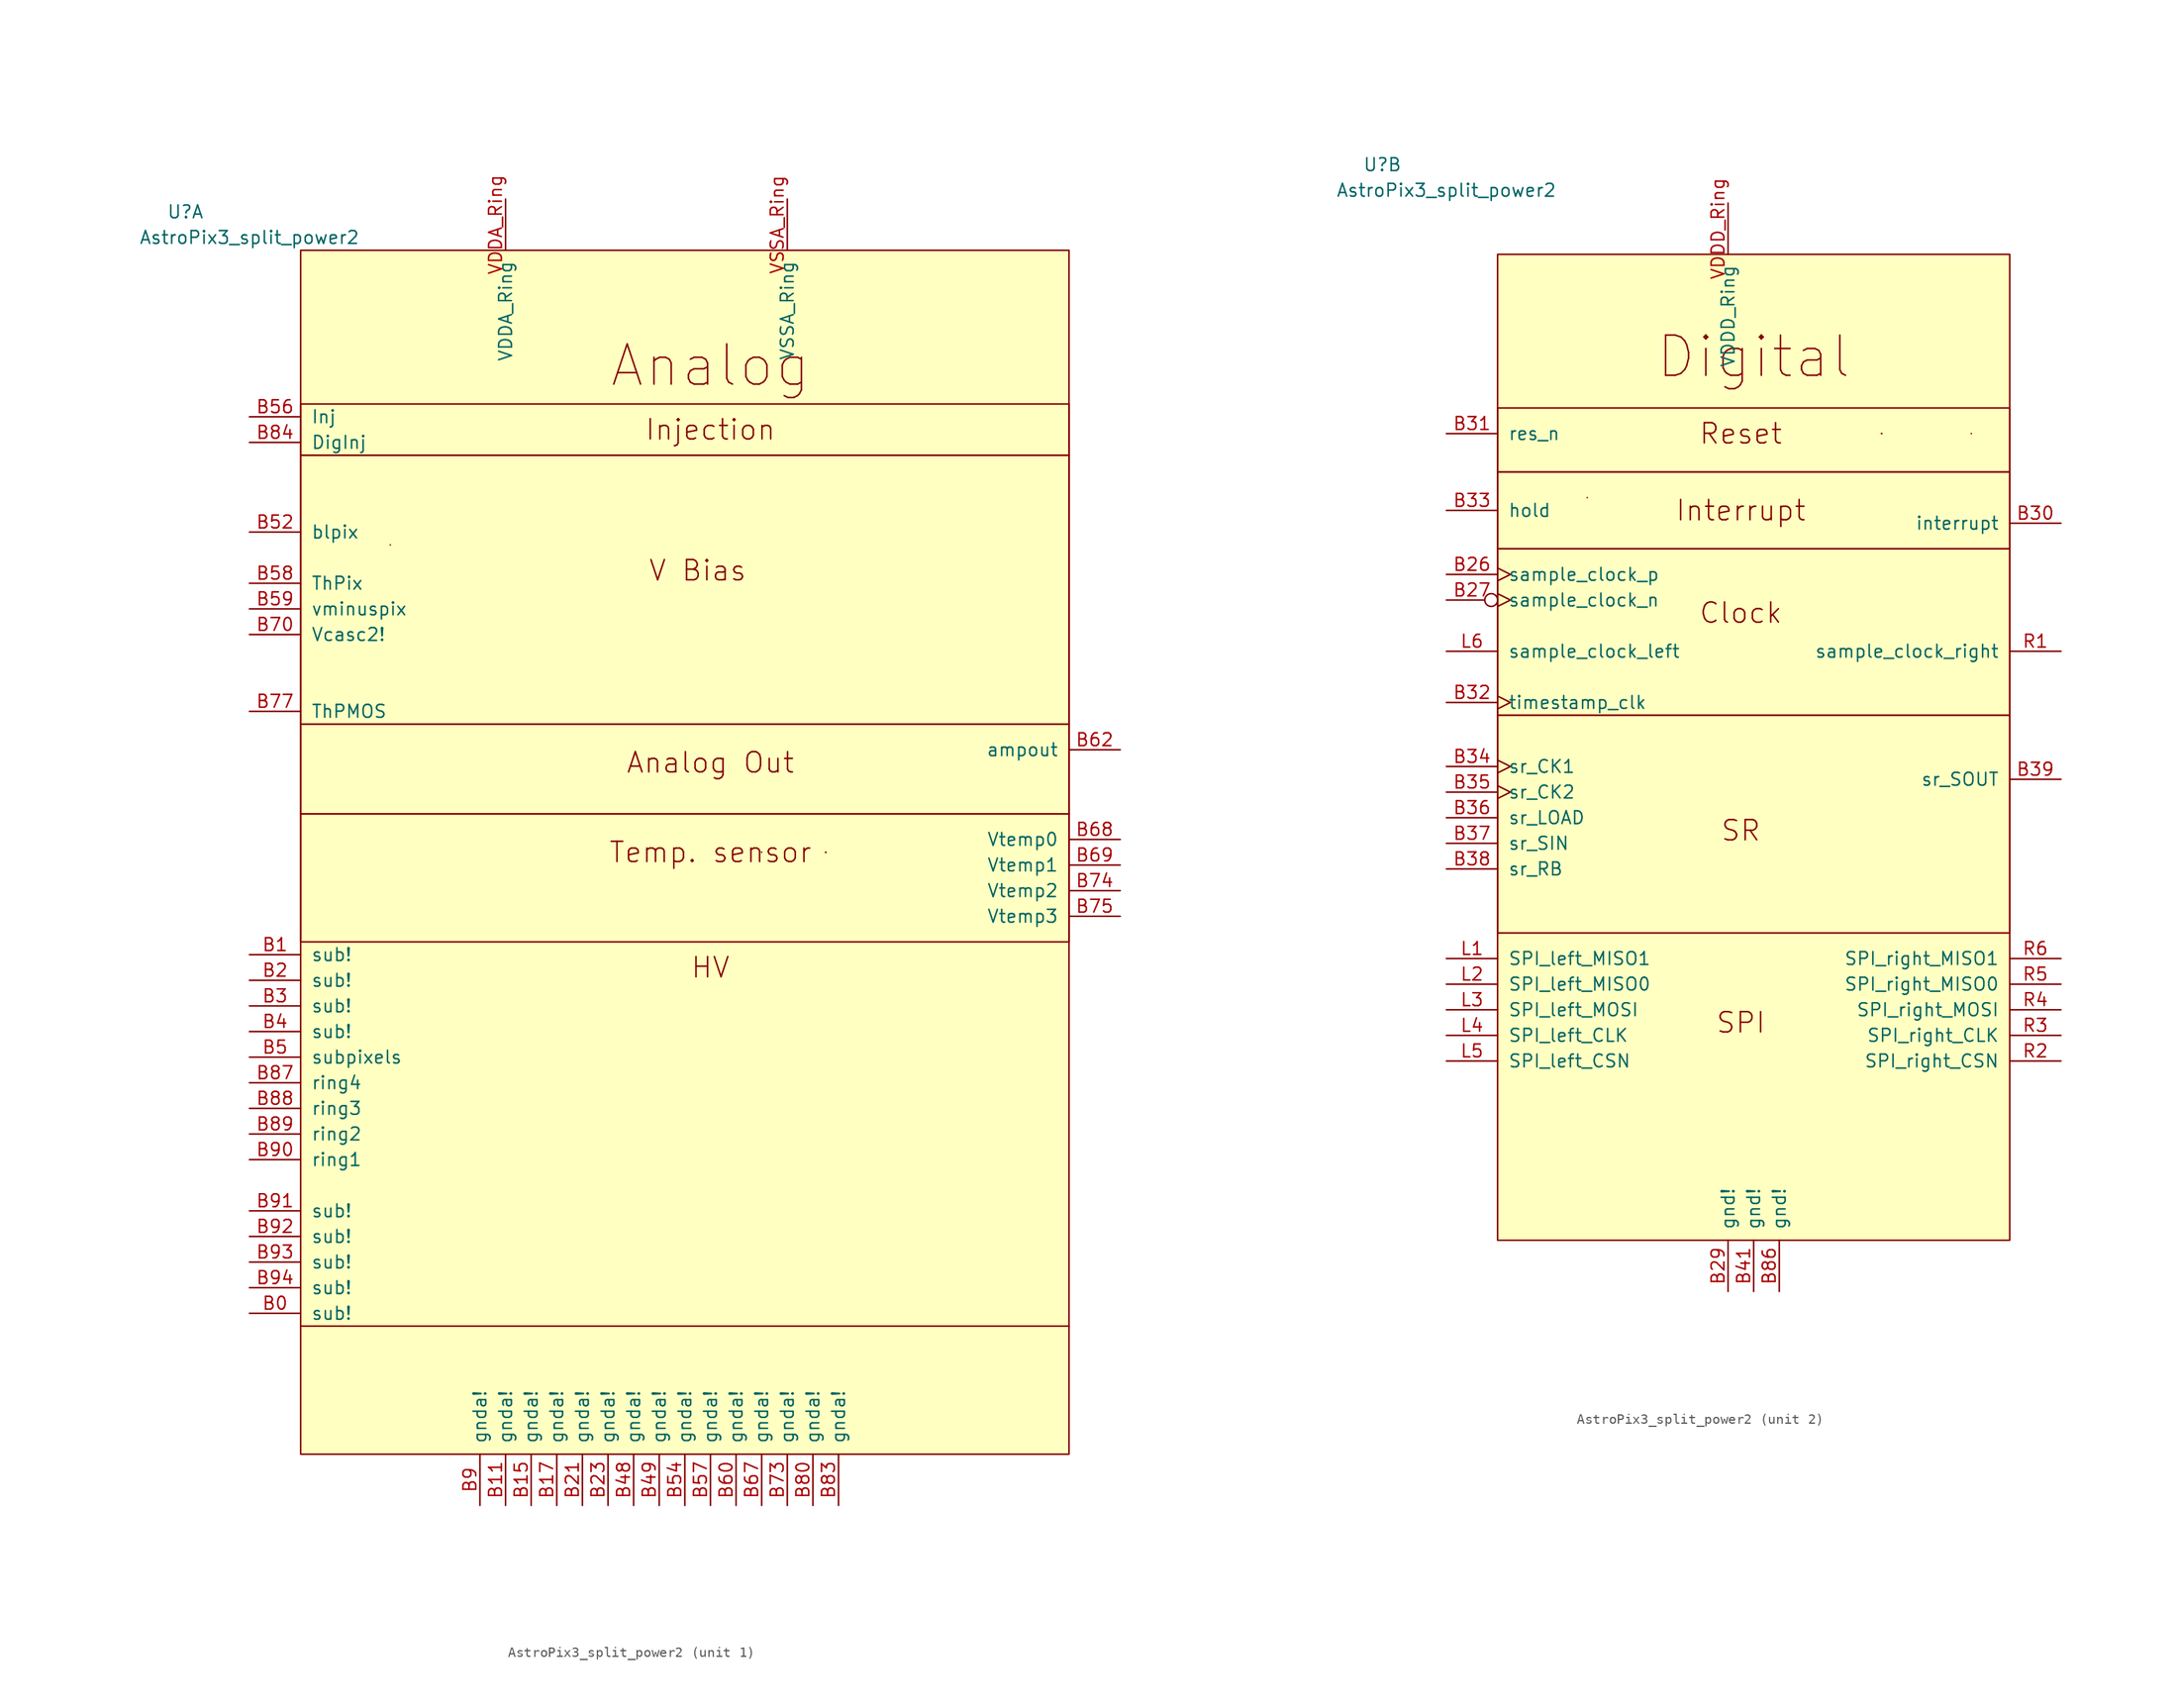
<source format=kicad_sym>
(kicad_symbol_lib
  (version 20231120)
  (generator "kicad_symbol_editor")
  (generator_version "8.0")
  (symbol "AstroPix3_split_power2"
    (pin_names
      (offset 1.016))
    (property "Reference" "U"
      (at -36.83 40.64 0)
      (effects (font (size 1.27 1.27))))
    (property "Value" "AstroPix3_split_power2"
      (at -30.48 38.1 0)
      (effects (font (size 1.27 1.27))))
    (property "ki_locked" ""
      (at 0 0 0)
      (effects (font (size 1.27 1.27))))
    (symbol "AstroPix3_split_power2_0_1"
      (polyline (pts (xy -16.51 7.62) (xy -16.51 7.62)) (stroke (width 0) (type default)) (fill (type none))))
    (symbol "AstroPix3_split_power2_1_1"
      (rectangle (start -25.4 -19.05) (end 50.8 -31.75) (stroke (width 0) (type default)) (fill (type none)))
      (rectangle (start -25.4 -10.16) (end 50.8 -19.05) (stroke (width 0) (type default)) (fill (type none)))
      (rectangle (start -25.4 16.51) (end 50.8 -10.16) (stroke (width 0) (type default)) (fill (type none)))
      (rectangle (start -25.4 21.59) (end 50.8 16.51) (stroke (width 0) (type default)) (fill (type none)))
      (rectangle (start -25.4 36.83) (end 50.8 -82.55) (stroke (width 0) (type default)) (fill (type background)))
      (polyline (pts (xy -25.4 -69.85) (xy 50.8 -69.85)) (stroke (width 0) (type default)) (fill (type none)))
      (polyline (pts (xy 20.32 -22.86) (xy 20.32 -22.86)) (stroke (width 0) (type default)) (fill (type none)))
      (polyline (pts (xy 26.67 -22.86) (xy 26.67 -22.86)) (stroke (width 0) (type default)) (fill (type none)))
      (polyline (pts (xy 26.67 -22.86) (xy 26.67 -22.86)) (stroke (width 0) (type default)) (fill (type none)))
      (polyline (pts (xy 26.67 -22.86) (xy 26.67 -22.86)) (stroke (width 0) (type default)) (fill (type none)))
      (polyline (pts (xy 26.67 -22.86) (xy 26.67 -22.86)) (stroke (width 0) (type default)) (fill (type none)))
      (polyline (pts (xy 26.67 -22.86) (xy 26.67 -22.86)) (stroke (width 0) (type default)) (fill (type none)))
      (text "Analog" (at 15.24 25.4 0) (effects (font (size 3.988 3.988))))
      (text "Analog Out" (at 15.24 -13.97 0) (effects (font (size 2.007 2.007))))
      (text "HV" (at 15.24 -34.29 0) (effects (font (size 2.007 2.007))))
      (text "Injection" (at 15.24 19.05 0) (effects (font (size 2.007 2.007))))
      (text "Temp. sensor" (at 15.24 -22.86 0) (effects (font (size 2.007 2.007))))
      (text "V Bias" (at 13.97 5.08 0) (effects (font (size 2.007 2.007))))
      (pin power_in line (at -30.48 -68.58 0) (length 5.08) (name "sub!" (effects (font (size 1.27 1.27)))) (number "B0" (effects (font (size 1.27 1.27)))))
      (pin power_in line (at -30.48 -33.02 0) (length 5.08) (name "sub!" (effects (font (size 1.27 1.27)))) (number "B1" (effects (font (size 1.27 1.27)))))
      (pin power_in line (at -5.08 -87.63 90) (length 5.08) (name "gnda!" (effects (font (size 1.27 1.27)))) (number "B11" (effects (font (size 1.27 1.27)))))
      (pin power_in line (at -2.54 -87.63 90) (length 5.08) (name "gnda!" (effects (font (size 1.27 1.27)))) (number "B15" (effects (font (size 1.27 1.27)))))
      (pin power_in line (at 0 -87.63 90) (length 5.08) (name "gnda!" (effects (font (size 1.27 1.27)))) (number "B17" (effects (font (size 1.27 1.27)))))
      (pin power_in line (at -30.48 -35.56 0) (length 5.08) (name "sub!" (effects (font (size 1.27 1.27)))) (number "B2" (effects (font (size 1.27 1.27)))))
      (pin power_in line (at 2.54 -87.63 90) (length 5.08) (name "gnda!" (effects (font (size 1.27 1.27)))) (number "B21" (effects (font (size 1.27 1.27)))))
      (pin power_in line (at 5.08 -87.63 90) (length 5.08) (name "gnda!" (effects (font (size 1.27 1.27)))) (number "B23" (effects (font (size 1.27 1.27)))))
      (pin power_in line (at -30.48 -38.1 0) (length 5.08) (name "sub!" (effects (font (size 1.27 1.27)))) (number "B3" (effects (font (size 1.27 1.27)))))
      (pin power_in line (at -30.48 -40.64 0) (length 5.08) (name "sub!" (effects (font (size 1.27 1.27)))) (number "B4" (effects (font (size 1.27 1.27)))))
      (pin power_in line (at 7.62 -87.63 90) (length 5.08) (name "gnda!" (effects (font (size 1.27 1.27)))) (number "B48" (effects (font (size 1.27 1.27)))))
      (pin power_in line (at 10.16 -87.63 90) (length 5.08) (name "gnda!" (effects (font (size 1.27 1.27)))) (number "B49" (effects (font (size 1.27 1.27)))))
      (pin power_in line (at -30.48 -43.18 0) (length 5.08) (name "subpixels" (effects (font (size 1.27 1.27)))) (number "B5" (effects (font (size 1.27 1.27)))))
      (pin input line (at -30.48 8.89 0) (length 5.08) (name "blpix" (effects (font (size 1.27 1.27)))) (number "B52" (effects (font (size 1.27 1.27)))))
      (pin power_in line (at 12.7 -87.63 90) (length 5.08) (name "gnda!" (effects (font (size 1.27 1.27)))) (number "B54" (effects (font (size 1.27 1.27)))))
      (pin input line (at -30.48 20.32 0) (length 5.08) (name "Inj" (effects (font (size 1.27 1.27)))) (number "B56" (effects (font (size 1.27 1.27)))))
      (pin power_in line (at 15.24 -87.63 90) (length 5.08) (name "gnda!" (effects (font (size 1.27 1.27)))) (number "B57" (effects (font (size 1.27 1.27)))))
      (pin input line (at -30.48 3.81 0) (length 5.08) (name "ThPix" (effects (font (size 1.27 1.27)))) (number "B58" (effects (font (size 1.27 1.27)))))
      (pin input line (at -30.48 1.27 0) (length 5.08) (name "vminuspix" (effects (font (size 1.27 1.27)))) (number "B59" (effects (font (size 1.27 1.27)))))
      (pin power_in line (at 17.78 -87.63 90) (length 5.08) (name "gnda!" (effects (font (size 1.27 1.27)))) (number "B60" (effects (font (size 1.27 1.27)))))
      (pin output line (at 55.88 -12.7 180) (length 5.08) (name "ampout" (effects (font (size 1.27 1.27)))) (number "B62" (effects (font (size 1.27 1.27)))))
      (pin power_in line (at 20.32 -87.63 90) (length 5.08) (name "gnda!" (effects (font (size 1.27 1.27)))) (number "B67" (effects (font (size 1.27 1.27)))))
      (pin output line (at 55.88 -21.59 180) (length 5.08) (name "Vtemp0" (effects (font (size 1.27 1.27)))) (number "B68" (effects (font (size 1.27 1.27)))))
      (pin output line (at 55.88 -24.13 180) (length 5.08) (name "Vtemp1" (effects (font (size 1.27 1.27)))) (number "B69" (effects (font (size 1.27 1.27)))))
      (pin input line (at -30.48 -1.27 0) (length 5.08) (name "Vcasc2!" (effects (font (size 1.27 1.27)))) (number "B70" (effects (font (size 1.27 1.27)))))
      (pin power_in line (at 22.86 -87.63 90) (length 5.08) (name "gnda!" (effects (font (size 1.27 1.27)))) (number "B73" (effects (font (size 1.27 1.27)))))
      (pin output line (at 55.88 -26.67 180) (length 5.08) (name "Vtemp2" (effects (font (size 1.27 1.27)))) (number "B74" (effects (font (size 1.27 1.27)))))
      (pin output line (at 55.88 -29.21 180) (length 5.08) (name "Vtemp3" (effects (font (size 1.27 1.27)))) (number "B75" (effects (font (size 1.27 1.27)))))
      (pin input line (at -30.48 -8.89 0) (length 5.08) (name "ThPMOS" (effects (font (size 1.27 1.27)))) (number "B77" (effects (font (size 1.27 1.27)))))
      (pin power_in line (at 25.4 -87.63 90) (length 5.08) (name "gnda!" (effects (font (size 1.27 1.27)))) (number "B80" (effects (font (size 1.27 1.27)))))
      (pin power_in line (at 27.94 -87.63 90) (length 5.08) (name "gnda!" (effects (font (size 1.27 1.27)))) (number "B83" (effects (font (size 1.27 1.27)))))
      (pin input line (at -30.48 17.78 0) (length 5.08) (name "DigInj" (effects (font (size 1.27 1.27)))) (number "B84" (effects (font (size 1.27 1.27)))))
      (pin input line (at -30.48 -45.72 0) (length 5.08) (name "ring4" (effects (font (size 1.27 1.27)))) (number "B87" (effects (font (size 1.27 1.27)))))
      (pin input line (at -30.48 -48.26 0) (length 5.08) (name "ring3" (effects (font (size 1.27 1.27)))) (number "B88" (effects (font (size 1.27 1.27)))))
      (pin input line (at -30.48 -50.8 0) (length 5.08) (name "ring2" (effects (font (size 1.27 1.27)))) (number "B89" (effects (font (size 1.27 1.27)))))
      (pin power_in line (at -7.62 -87.63 90) (length 5.08) (name "gnda!" (effects (font (size 1.27 1.27)))) (number "B9" (effects (font (size 1.27 1.27)))))
      (pin input line (at -30.48 -53.34 0) (length 5.08) (name "ring1" (effects (font (size 1.27 1.27)))) (number "B90" (effects (font (size 1.27 1.27)))))
      (pin power_in line (at -30.48 -58.42 0) (length 5.08) (name "sub!" (effects (font (size 1.27 1.27)))) (number "B91" (effects (font (size 1.27 1.27)))))
      (pin power_in line (at -30.48 -60.96 0) (length 5.08) (name "sub!" (effects (font (size 1.27 1.27)))) (number "B92" (effects (font (size 1.27 1.27)))))
      (pin power_in line (at -30.48 -63.5 0) (length 5.08) (name "sub!" (effects (font (size 1.27 1.27)))) (number "B93" (effects (font (size 1.27 1.27)))))
      (pin power_in line (at -30.48 -66.04 0) (length 5.08) (name "sub!" (effects (font (size 1.27 1.27)))) (number "B94" (effects (font (size 1.27 1.27)))))
      (pin power_in line (at -5.08 41.91 270) (length 5.08) (name "VDDA_Ring" (effects (font (size 1.27 1.27)))) (number "VDDA_Ring" (effects (font (size 1.27 1.27)))))
      (pin power_in line (at 22.86 41.91 270) (length 5.08) (name "VSSA_Ring" (effects (font (size 1.27 1.27)))) (number "VSSA_Ring" (effects (font (size 1.27 1.27))))))
    (symbol "AstroPix3_split_power2_2_1"
      (rectangle (start -25.4 -13.97) (end 25.4 -35.56) (stroke (width 0) (type default)) (fill (type none)))
      (rectangle (start -25.4 2.54) (end 25.4 -13.97) (stroke (width 0) (type default)) (fill (type none)))
      (rectangle (start -25.4 2.54) (end 25.4 10.16) (stroke (width 0) (type default)) (fill (type none)))
      (rectangle (start -25.4 16.51) (end 25.4 10.16) (stroke (width 0) (type default)) (fill (type none)))
      (rectangle (start -25.4 31.75) (end 25.4 -66.04) (stroke (width 0) (type default)) (fill (type background)))
      (polyline (pts (xy 12.7 13.97) (xy 12.7 13.97)) (stroke (width 0) (type default)) (fill (type none)))
      (polyline (pts (xy 12.7 13.97) (xy 12.7 13.97)) (stroke (width 0) (type default)) (fill (type none)))
      (polyline (pts (xy 12.7 13.97) (xy 12.7 13.97)) (stroke (width 0) (type default)) (fill (type none)))
      (polyline (pts (xy 12.7 13.97) (xy 12.7 13.97)) (stroke (width 0) (type default)) (fill (type none)))
      (polyline (pts (xy 12.7 13.97) (xy 12.7 13.97)) (stroke (width 0) (type default)) (fill (type none)))
      (polyline (pts (xy 21.59 13.97) (xy 21.59 13.97)) (stroke (width 0) (type default)) (fill (type none)))
      (text "Clock" (at -1.27 -3.81 0) (effects (font (size 2.007 2.007))))
      (text "Digital" (at 0 21.59 0) (effects (font (size 3.988 3.988))))
      (text "Interrupt" (at -1.27 6.35 0) (effects (font (size 2.007 2.007))))
      (text "Reset" (at -1.27 13.97 0) (effects (font (size 2.007 2.007))))
      (text "SPI" (at -1.27 -44.45 0) (effects (font (size 2.007 2.007))))
      (text "SR" (at -1.27 -25.4 0) (effects (font (size 2.007 2.007))))
      (pin input clock (at -30.48 0 0) (length 5.08) (name "sample_clock_p" (effects (font (size 1.27 1.27)))) (number "B26" (effects (font (size 1.27 1.27)))))
      (pin input inverted_clock (at -30.48 -2.54 0) (length 5.08) (name "sample_clock_n" (effects (font (size 1.27 1.27)))) (number "B27" (effects (font (size 1.27 1.27)))))
      (pin power_in line (at -2.54 -71.12 90) (length 5.08) (name "gnd!" (effects (font (size 1.27 1.27)))) (number "B29" (effects (font (size 1.27 1.27)))))
      (pin open_collector line (at 30.48 5.08 180) (length 5.08) (name "interrupt" (effects (font (size 1.27 1.27)))) (number "B30" (effects (font (size 1.27 1.27)))))
      (pin input line (at -30.48 13.97 0) (length 5.08) (name "res_n" (effects (font (size 1.27 1.27)))) (number "B31" (effects (font (size 1.27 1.27)))))
      (pin input clock (at -30.48 -12.7 0) (length 5.08) (name "timestamp_clk" (effects (font (size 1.27 1.27)))) (number "B32" (effects (font (size 1.27 1.27)))))
      (pin input line (at -30.48 6.35 0) (length 5.08) (name "hold" (effects (font (size 1.27 1.27)))) (number "B33" (effects (font (size 1.27 1.27)))))
      (pin input clock (at -30.48 -19.05 0) (length 5.08) (name "sr_CK1" (effects (font (size 1.27 1.27)))) (number "B34" (effects (font (size 1.27 1.27)))))
      (pin input clock (at -30.48 -21.59 0) (length 5.08) (name "sr_CK2" (effects (font (size 1.27 1.27)))) (number "B35" (effects (font (size 1.27 1.27)))))
      (pin input line (at -30.48 -24.13 0) (length 5.08) (name "sr_LOAD" (effects (font (size 1.27 1.27)))) (number "B36" (effects (font (size 1.27 1.27)))))
      (pin input line (at -30.48 -26.67 0) (length 5.08) (name "sr_SIN" (effects (font (size 1.27 1.27)))) (number "B37" (effects (font (size 1.27 1.27)))))
      (pin input line (at -30.48 -29.21 0) (length 5.08) (name "sr_RB" (effects (font (size 1.27 1.27)))) (number "B38" (effects (font (size 1.27 1.27)))))
      (pin output line (at 30.48 -20.32 180) (length 5.08) (name "sr_SOUT" (effects (font (size 1.27 1.27)))) (number "B39" (effects (font (size 1.27 1.27)))))
      (pin power_in line (at 0 -71.12 90) (length 5.08) (name "gnd!" (effects (font (size 1.27 1.27)))) (number "B41" (effects (font (size 1.27 1.27)))))
      (pin power_in line (at 2.54 -71.12 90) (length 5.08) (name "gnd!" (effects (font (size 1.27 1.27)))) (number "B86" (effects (font (size 1.27 1.27)))))
      (pin output line (at -30.48 -38.1 0) (length 5.08) (name "SPI_left_MISO1" (effects (font (size 1.27 1.27)))) (number "L1" (effects (font (size 1.27 1.27)))))
      (pin output line (at -30.48 -40.64 0) (length 5.08) (name "SPI_left_MISO0" (effects (font (size 1.27 1.27)))) (number "L2" (effects (font (size 1.27 1.27)))))
      (pin input line (at -30.48 -43.18 0) (length 5.08) (name "SPI_left_MOSI" (effects (font (size 1.27 1.27)))) (number "L3" (effects (font (size 1.27 1.27)))))
      (pin input line (at -30.48 -45.72 0) (length 5.08) (name "SPI_left_CLK" (effects (font (size 1.27 1.27)))) (number "L4" (effects (font (size 1.27 1.27)))))
      (pin output line (at -30.48 -48.26 0) (length 5.08) (name "SPI_left_CSN" (effects (font (size 1.27 1.27)))) (number "L5" (effects (font (size 1.27 1.27)))))
      (pin input line (at -30.48 -7.62 0) (length 5.08) (name "sample_clock_left" (effects (font (size 1.27 1.27)))) (number "L6" (effects (font (size 1.27 1.27)))))
      (pin output line (at 30.48 -7.62 180) (length 5.08) (name "sample_clock_right" (effects (font (size 1.27 1.27)))) (number "R1" (effects (font (size 1.27 1.27)))))
      (pin input line (at 30.48 -48.26 180) (length 5.08) (name "SPI_right_CSN" (effects (font (size 1.27 1.27)))) (number "R2" (effects (font (size 1.27 1.27)))))
      (pin output line (at 30.48 -45.72 180) (length 5.08) (name "SPI_right_CLK" (effects (font (size 1.27 1.27)))) (number "R3" (effects (font (size 1.27 1.27)))))
      (pin output line (at 30.48 -43.18 180) (length 5.08) (name "SPI_right_MOSI" (effects (font (size 1.27 1.27)))) (number "R4" (effects (font (size 1.27 1.27)))))
      (pin input line (at 30.48 -40.64 180) (length 5.08) (name "SPI_right_MISO0" (effects (font (size 1.27 1.27)))) (number "R5" (effects (font (size 1.27 1.27)))))
      (pin input line (at 30.48 -38.1 180) (length 5.08) (name "SPI_right_MISO1" (effects (font (size 1.27 1.27)))) (number "R6" (effects (font (size 1.27 1.27)))))
      (pin power_in line (at -2.54 36.83 270) (length 5.08) (name "VDDD_Ring" (effects (font (size 1.27 1.27)))) (number "VDDD_Ring" (effects (font (size 1.27 1.27))))))))
</source>
